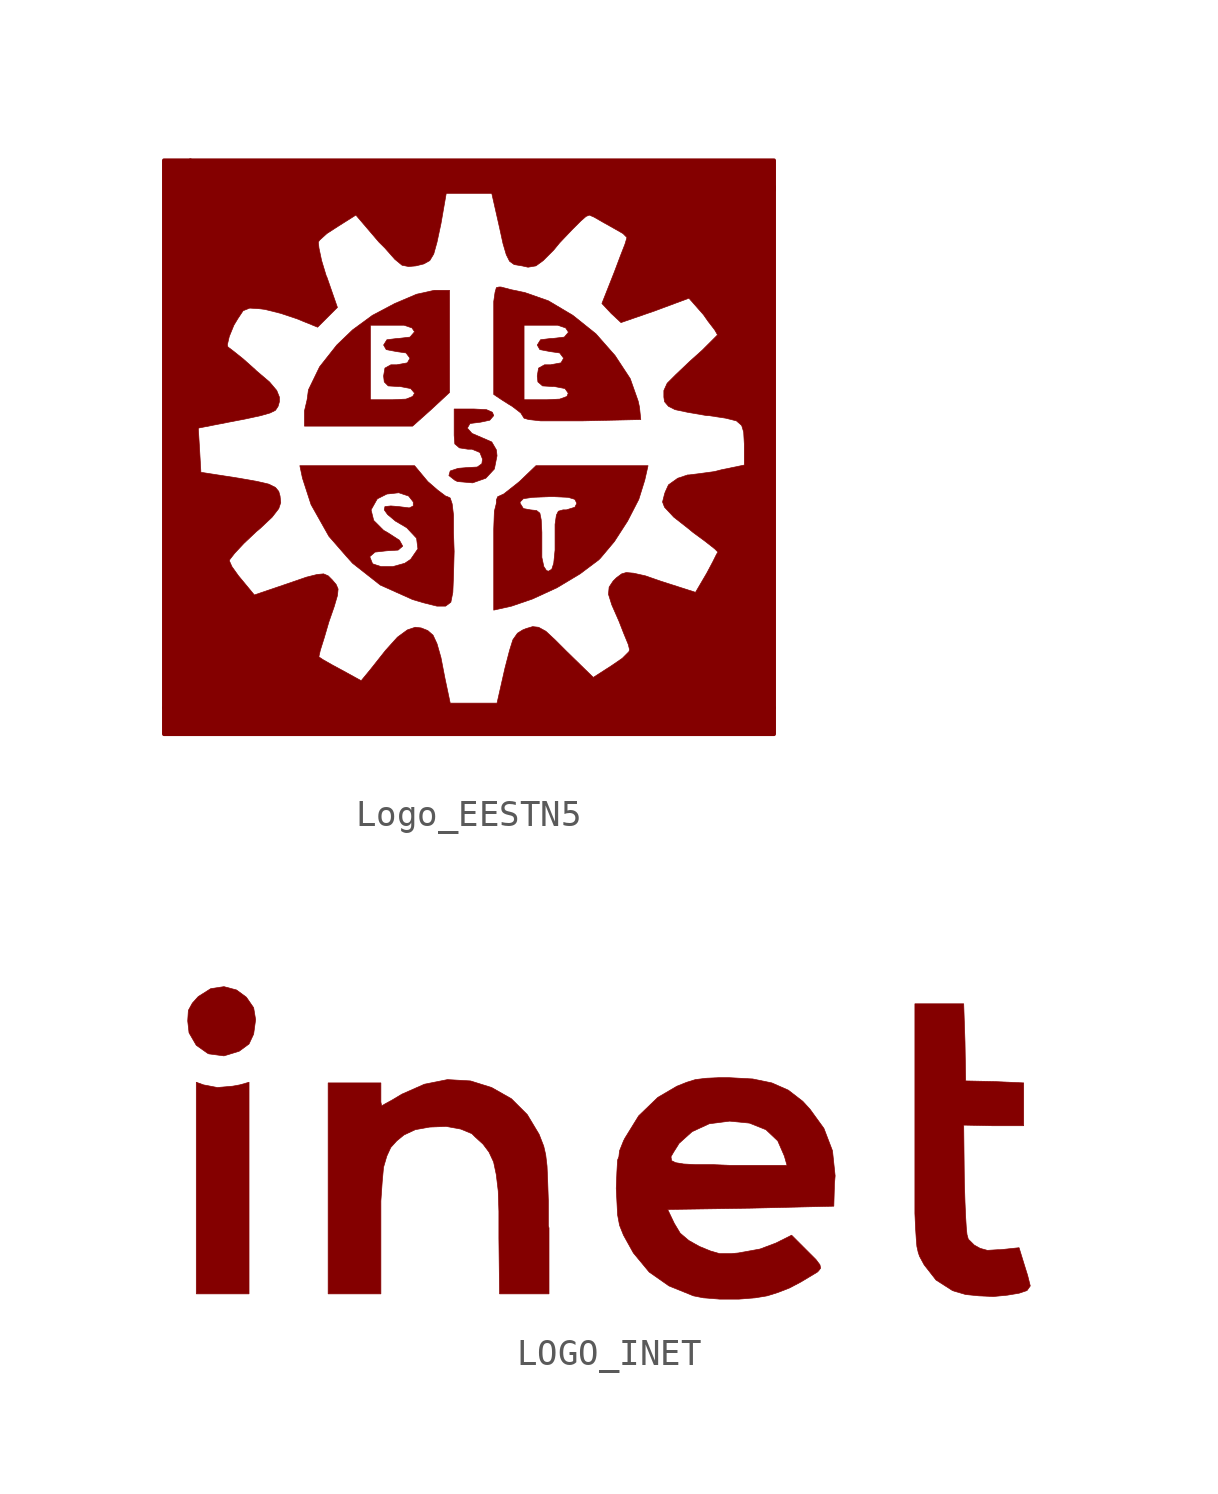
<source format=kicad_sym>
(kicad_symbol_lib
  (version 20211014)
  (generator kicad_symbol_editor)
  (symbol "Logo_EESTN5"
    (pin_names
      (offset 1.016))
    (property "Reference" "#G"
      (at 0 -9.22 0)
      (effects (font (size 1.524 1.524)) hide))
    (symbol "Logo_EESTN5_0_0"
      (polyline (pts (xy 0.711 -1.321) (xy 1.041 -0.965) (xy 1.143 -0.457) (xy 1.118 -0.229) (xy 0.94 0.076) (xy 0.533 0.254) (xy 0.178 0.406) (xy 0 0.61) (xy 0.102 0.787) (xy 0.508 0.838) (xy 0.864 0.914) (xy 1.016 1.092) (xy 0.965 1.219) (xy 0.737 1.321) (xy 0.254 1.346) (xy -0.508 1.346) (xy -0.508 0.33) (xy -0.483 0) (xy -0.305 -0.152) (xy 0.025 -0.203) (xy 0.178 -0.203) (xy 0.483 -0.33) (xy 0.584 -0.584) (xy 0.559 -0.762) (xy 0.381 -0.889) (xy -0.051 -0.914) (xy -0.356 -0.94) (xy -0.66 -1.041) (xy -0.711 -1.219) (xy -0.483 -1.397) (xy -0.381 -1.448) (xy 0.203 -1.499) (xy 0.711 -1.321)) (stroke (width 0.025) (type default) (color 0 0 0 0)) (fill (type outline)))
      (polyline (pts (xy -1.397 1.321) (xy -0.686 1.981) (xy -0.686 5.918) (xy -1.27 5.918) (xy -1.956 5.766) (xy -2.794 5.41) (xy -3.658 4.953) (xy -4.42 4.394) (xy -5.029 3.81) (xy -5.69 2.972) (xy -6.121 2.083) (xy -6.172 1.702) (xy -3.734 1.702) (xy -3.734 4.572) (xy -2.438 4.572) (xy -2.134 4.47) (xy -2.032 4.318) (xy -2.057 4.293) (xy -2.21 4.115) (xy -2.642 4.064) (xy -2.692 4.064) (xy -3.099 4.013) (xy -3.226 3.81) (xy -3.124 3.632) (xy -2.718 3.556) (xy -2.362 3.505) (xy -2.21 3.302) (xy -2.311 3.124) (xy -2.718 3.048) (xy -2.946 3.048) (xy -3.175 2.921) (xy -3.226 2.616) (xy -3.2 2.388) (xy -3.048 2.235) (xy -2.642 2.21) (xy -2.591 2.21) (xy -2.184 2.134) (xy -2.032 1.956) (xy -2.108 1.829) (xy -2.362 1.727) (xy -2.896 1.702) (xy -3.734 1.702) (xy -6.172 1.702) (xy -6.274 1.27) (xy -6.274 0.686) (xy -2.108 0.686) (xy -1.397 1.321)) (stroke (width 0.025) (type default) (color 0 0 0 0)) (fill (type outline)))
      (polyline (pts (xy 1.702 -6.248) (xy 2.515 -5.969) (xy 3.454 -5.537) (xy 4.343 -5.004) (xy 5.055 -4.47) (xy 5.131 -4.394) (xy 5.664 -3.759) (xy 6.172 -2.972) (xy 6.604 -2.134) (xy 6.833 -1.397) (xy 6.96 -0.838) (xy 2.642 -0.838) (xy 2.007 -1.448) (xy 1.753 -1.651) (xy 1.397 -1.93) (xy 1.168 -2.032) (xy 1.118 -2.159) (xy 1.118 -2.286) (xy 2.032 -2.286) (xy 2.032 -2.235) (xy 2.159 -2.108) (xy 2.515 -2.057) (xy 3.124 -2.032) (xy 3.378 -2.032) (xy 3.886 -2.057) (xy 4.14 -2.134) (xy 4.216 -2.286) (xy 4.14 -2.438) (xy 3.81 -2.54) (xy 3.683 -2.54) (xy 3.505 -2.591) (xy 3.429 -2.743) (xy 3.378 -3.099) (xy 3.378 -4.089) (xy 3.327 -4.597) (xy 3.251 -4.826) (xy 3.124 -4.902) (xy 3.048 -4.877) (xy 2.946 -4.724) (xy 2.87 -4.369) (xy 2.87 -3.404) (xy 2.845 -2.921) (xy 2.794 -2.667) (xy 2.667 -2.565) (xy 2.438 -2.54) (xy 2.159 -2.489) (xy 2.032 -2.286) (xy 1.118 -2.286) (xy 1.041 -2.591) (xy 1.016 -3.277) (xy 1.016 -6.401) (xy 1.702 -6.248)) (stroke (width 0.025) (type default) (color 0 0 0 0)) (fill (type outline)))
      (polyline (pts (xy 6.68 0.94) (xy 6.629 1.422) (xy 6.579 1.651) (xy 6.274 2.515) (xy 5.69 3.404) (xy 4.953 4.242) (xy 4.064 4.953) (xy 3.124 5.512) (xy 2.184 5.842) (xy 2.159 5.842) (xy 1.676 5.944) (xy 1.295 6.045) (xy 1.219 6.045) (xy 1.118 6.02) (xy 1.067 5.842) (xy 1.016 5.486) (xy 1.016 1.905) (xy 1.321 1.702) (xy 2.184 1.702) (xy 2.184 4.572) (xy 3.48 4.572) (xy 3.785 4.47) (xy 3.886 4.318) (xy 3.886 4.293) (xy 3.734 4.115) (xy 3.302 4.064) (xy 3.226 4.064) (xy 2.819 4.013) (xy 2.692 3.81) (xy 2.794 3.632) (xy 3.2 3.556) (xy 3.556 3.505) (xy 3.708 3.302) (xy 3.607 3.124) (xy 3.2 3.048) (xy 2.972 3.048) (xy 2.743 2.921) (xy 2.692 2.616) (xy 2.718 2.388) (xy 2.896 2.235) (xy 3.302 2.21) (xy 3.353 2.21) (xy 3.759 2.134) (xy 3.886 1.956) (xy 3.835 1.829) (xy 3.556 1.727) (xy 3.048 1.702) (xy 2.184 1.702) (xy 1.321 1.702) (xy 1.6 1.524) (xy 1.727 1.448) (xy 2.057 1.194) (xy 2.184 0.991) (xy 2.362 0.94) (xy 2.819 0.889) (xy 4.445 0.889) (xy 6.68 0.94)) (stroke (width 0.025) (type default) (color 0 0 0 0)) (fill (type outline)))
      (polyline (pts (xy -0.635 -6.096) (xy -0.559 -5.715) (xy -0.533 -5.08) (xy -0.508 -4.14) (xy -0.533 -3.429) (xy -0.533 -2.743) (xy -0.584 -2.311) (xy -0.66 -2.083) (xy -0.762 -2.032) (xy -0.838 -2.007) (xy -1.143 -1.778) (xy -1.524 -1.448) (xy -2.032 -0.838) (xy -6.452 -0.838) (xy -6.35 -1.321) (xy -6.02 -2.337) (xy -5.334 -3.556) (xy -4.648 -4.343) (xy -3.759 -4.343) (xy -3.556 -4.166) (xy -3.099 -4.115) (xy -2.667 -4.089) (xy -2.489 -3.937) (xy -2.616 -3.708) (xy -3.048 -3.429) (xy -3.226 -3.327) (xy -3.607 -2.946) (xy -3.708 -2.54) (xy -3.48 -2.134) (xy -3.454 -2.108) (xy -3.099 -1.93) (xy -2.642 -1.88) (xy -2.261 -2.007) (xy -2.083 -2.235) (xy -2.083 -2.388) (xy -2.235 -2.464) (xy -2.642 -2.413) (xy -2.946 -2.388) (xy -3.175 -2.413) (xy -3.2 -2.54) (xy -3.073 -2.718) (xy -2.769 -2.972) (xy -2.337 -3.226) (xy -1.956 -3.632) (xy -1.905 -4.039) (xy -2.184 -4.445) (xy -2.413 -4.597) (xy -2.87 -4.724) (xy -3.327 -4.724) (xy -3.632 -4.623) (xy -3.658 -4.597) (xy -3.759 -4.343) (xy -4.648 -4.343) (xy -4.42 -4.597) (xy -3.353 -5.436) (xy -2.108 -5.994) (xy -1.676 -6.121) (xy -1.168 -6.248) (xy -0.838 -6.248) (xy -0.635 -6.096)) (stroke (width 0.025) (type default) (color 0 0 0 0)) (fill (type outline)))
      (polyline (pts (xy 10.82 9.982) (xy -10.668 9.982) (xy -10.668 0.61) (xy -10.363 0.61) (xy -9.195 0.838) (xy -8.534 0.965) (xy -7.95 1.092) (xy -7.595 1.194) (xy -7.391 1.295) (xy -7.29 1.448) (xy -7.239 1.626) (xy -7.239 1.803) (xy -7.341 2.057) (xy -7.62 2.388) (xy -8.128 2.819) (xy -8.179 2.87) (xy -8.636 3.277) (xy -9.017 3.581) (xy -9.22 3.734) (xy -9.246 3.81) (xy -9.169 4.14) (xy -8.992 4.572) (xy -8.839 4.826) (xy -8.636 5.131) (xy -8.382 5.232) (xy -8.001 5.207) (xy -7.798 5.182) (xy -7.188 5.029) (xy -6.579 4.826) (xy -5.766 4.496) (xy -5.004 5.258) (xy -5.41 6.426) (xy -5.436 6.477) (xy -5.613 7.061) (xy -5.715 7.544) (xy -5.74 7.772) (xy -5.69 7.849) (xy -5.41 8.103) (xy -4.978 8.382) (xy -4.293 8.814) (xy -3.404 7.772) (xy -3.175 7.544) (xy -2.794 7.112) (xy -2.515 6.883) (xy -2.261 6.833) (xy -1.981 6.858) (xy -1.676 6.934) (xy -1.448 7.061) (xy -1.295 7.315) (xy -1.168 7.772) (xy -1.016 8.484) (xy -0.813 9.652) (xy 0.94 9.652) (xy 1.245 8.306) (xy 1.372 7.722) (xy 1.499 7.29) (xy 1.626 7.036) (xy 1.803 6.909) (xy 2.108 6.858) (xy 2.337 6.807) (xy 2.642 6.858) (xy 2.921 7.061) (xy 3.327 7.468) (xy 3.556 7.747) (xy 4.039 8.255) (xy 4.369 8.585) (xy 4.572 8.763) (xy 4.699 8.814) (xy 4.877 8.738) (xy 5.232 8.534) (xy 5.639 8.306) (xy 5.994 8.103) (xy 6.147 7.95) (xy 6.071 7.696) (xy 5.893 7.239) (xy 5.664 6.629) (xy 5.182 5.41) (xy 5.537 5.029) (xy 5.918 4.674) (xy 7.239 5.131) (xy 8.534 5.613) (xy 9.093 4.978) (xy 9.271 4.724) (xy 9.525 4.394) (xy 9.627 4.216) (xy 9.627 4.191) (xy 9.042 3.607) (xy 8.56 3.175) (xy 8.026 2.667) (xy 7.696 2.337) (xy 7.569 2.057) (xy 7.569 1.803) (xy 7.595 1.626) (xy 7.747 1.448) (xy 8.001 1.321) (xy 8.484 1.219) (xy 9.22 1.092) (xy 9.296 1.092) (xy 9.957 0.991) (xy 10.363 0.889) (xy 10.566 0.711) (xy 10.643 0.457) (xy 10.668 0) (xy 10.668 -0.813) (xy 9.804 -0.991) (xy 9.5 -1.067) (xy 8.941 -1.143) (xy 8.534 -1.194) (xy 8.484 -1.194) (xy 8.103 -1.321) (xy 7.747 -1.575) (xy 7.62 -1.854) (xy 7.595 -1.93) (xy 7.518 -2.235) (xy 7.595 -2.438) (xy 7.95 -2.819) (xy 8.534 -3.277) (xy 8.687 -3.404) (xy 9.169 -3.759) (xy 9.525 -4.039) (xy 9.652 -4.166) (xy 9.601 -4.242) (xy 9.449 -4.547) (xy 9.22 -4.978) (xy 8.788 -5.715) (xy 7.442 -5.283) (xy 6.858 -5.08) (xy 6.401 -4.978) (xy 6.121 -4.953) (xy 5.944 -5.004) (xy 5.74 -5.156) (xy 5.613 -5.283) (xy 5.461 -5.512) (xy 5.436 -5.791) (xy 5.563 -6.198) (xy 5.842 -6.833) (xy 6.02 -7.29) (xy 6.198 -7.722) (xy 6.248 -7.925) (xy 6.223 -8.001) (xy 5.969 -8.255) (xy 5.563 -8.534) (xy 4.851 -8.992) (xy 3.81 -7.976) (xy 3.378 -7.544) (xy 3.023 -7.214) (xy 2.743 -7.061) (xy 2.515 -7.036) (xy 2.261 -7.112) (xy 2.134 -7.163) (xy 1.93 -7.29) (xy 1.753 -7.544) (xy 1.626 -7.95) (xy 1.448 -8.636) (xy 1.143 -9.982) (xy -0.66 -9.982) (xy -0.864 -9.017) (xy -1.016 -8.23) (xy -1.168 -7.696) (xy -1.321 -7.366) (xy -1.524 -7.188) (xy -1.778 -7.087) (xy -2.007 -7.061) (xy -2.311 -7.163) (xy -2.692 -7.442) (xy -3.15 -7.95) (xy -3.734 -8.687) (xy -4.089 -9.119) (xy -4.877 -8.687) (xy -5.207 -8.509) (xy -5.563 -8.306) (xy -5.715 -8.204) (xy -5.715 -8.179) (xy -5.664 -7.95) (xy -5.512 -7.468) (xy -5.334 -6.858) (xy -5.131 -6.274) (xy -5.004 -5.842) (xy -4.978 -5.588) (xy -5.055 -5.41) (xy -5.207 -5.232) (xy -5.359 -5.08) (xy -5.537 -5.004) (xy -5.791 -5.029) (xy -6.198 -5.131) (xy -6.858 -5.359) (xy -8.204 -5.817) (xy -8.687 -5.232) (xy -8.814 -5.08) (xy -9.068 -4.724) (xy -9.169 -4.496) (xy -9.144 -4.445) (xy -8.966 -4.216) (xy -8.611 -3.835) (xy -8.128 -3.378) (xy -7.976 -3.251) (xy -7.518 -2.819) (xy -7.264 -2.489) (xy -7.188 -2.261) (xy -7.214 -2.007) (xy -7.264 -1.829) (xy -7.391 -1.676) (xy -7.645 -1.549) (xy -8.077 -1.448) (xy -8.788 -1.321) (xy -10.262 -1.092) (xy -10.312 -0.229) (xy -10.363 0.61) (xy -10.668 0.61) (xy -10.668 -10.16) (xy 10.82 -10.16) (xy 10.82 9.982)) (stroke (width 0.025) (type default) (color 0 0 0 0)) (fill (type outline))))
    (symbol "Logo_EESTN5_0_1"
      (rectangle (start -11.684 -10.16) (end -10.668 10.922) (stroke (width 0) (type default) (color 0 0 0 0)) (fill (type outline)))
      (rectangle (start -10.668 10.922) (end 11.811 9.779) (stroke (width 0) (type default) (color 0 0 0 0)) (fill (type outline)))
      (rectangle (start 10.795 9.906) (end 11.811 -10.16) (stroke (width 0) (type default) (color 0 0 0 0)) (fill (type outline)))
      (rectangle (start 11.811 -11.176) (end -11.684 -10.16) (stroke (width 0) (type default) (color 0 0 0 0)) (fill (type outline)))))
  (symbol "LOGO_INET"
    (pin_names
      (offset 1.016))
    (property "Reference" "#G"
      (at 0 -7.112 0)
      (effects (font (size 1.524 1.524)) hide))
    (symbol "LOGO_INET_0_0"
      (polyline (pts (xy -14.351 2.565) (xy -14.707 2.464) (xy -14.986 2.413) (xy -15.57 2.362) (xy -16.104 2.464) (xy -16.383 2.565) (xy -16.383 -5.588) (xy -14.351 -5.588) (xy -14.351 2.565)) (stroke (width 0.025) (type default) (color 0 0 0 0)) (fill (type outline)))
      (polyline (pts (xy -14.732 3.759) (xy -14.351 4.039) (xy -14.173 4.42) (xy -14.097 4.978) (xy -14.173 5.436) (xy -14.453 5.842) (xy -14.834 6.121) (xy -15.316 6.248) (xy -15.824 6.172) (xy -16.307 5.867) (xy -16.535 5.613) (xy -16.688 5.334) (xy -16.713 4.928) (xy -16.662 4.47) (xy -16.383 3.988) (xy -15.951 3.683) (xy -15.9 3.658) (xy -15.316 3.581) (xy -14.732 3.759)) (stroke (width 0.025) (type default) (color 0 0 0 0)) (fill (type outline)))
      (polyline (pts (xy 14.859 -5.639) (xy 15.316 -5.563) (xy 15.621 -5.461) (xy 15.748 -5.283) (xy 15.646 -4.877) (xy 15.519 -4.47) (xy 15.316 -3.81) (xy 14.605 -3.886) (xy 14.503 -3.886) (xy 14.097 -3.912) (xy 13.818 -3.835) (xy 13.589 -3.708) (xy 13.36 -3.48) (xy 13.31 -3.302) (xy 13.284 -3.048) (xy 13.259 -2.642) (xy 13.233 -2.057) (xy 13.208 -1.27) (xy 13.183 0.914) (xy 14.326 0.889) (xy 15.494 0.889) (xy 15.494 2.54) (xy 14.376 2.591) (xy 13.259 2.616) (xy 13.233 4.115) (xy 13.183 5.588) (xy 11.303 5.588) (xy 11.303 -2.489) (xy 11.328 -3.048) (xy 11.354 -3.454) (xy 11.379 -3.759) (xy 11.43 -3.988) (xy 11.481 -4.14) (xy 11.659 -4.47) (xy 12.116 -5.055) (xy 12.751 -5.461) (xy 12.827 -5.486) (xy 13.259 -5.613) (xy 13.767 -5.664) (xy 14.326 -5.69) (xy 14.859 -5.639)) (stroke (width 0.025) (type default) (color 0 0 0 0)) (fill (type outline)))
      (polyline (pts (xy -9.271 -2.007) (xy -9.22 -1.27) (xy -9.169 -0.711) (xy -9.042 -0.279) (xy -8.89 0.051) (xy -8.661 0.305) (xy -8.382 0.533) (xy -7.95 0.737) (xy -7.391 0.838) (xy -6.756 0.864) (xy -6.198 0.762) (xy -5.766 0.584) (xy -5.639 0.457) (xy -5.334 0.178) (xy -5.105 -0.127) (xy -4.928 -0.508) (xy -4.826 -0.991) (xy -4.75 -1.626) (xy -4.724 -2.413) (xy -4.724 -3.454) (xy -4.699 -5.588) (xy -2.794 -5.588) (xy -2.794 -3.048) (xy -2.819 -2.972) (xy -2.819 -2.007) (xy -2.845 -1.245) (xy -2.87 -0.66) (xy -2.921 -0.229) (xy -2.997 0.102) (xy -3.175 0.559) (xy -3.632 1.321) (xy -4.242 1.93) (xy -5.004 2.362) (xy -5.817 2.616) (xy -6.706 2.667) (xy -7.595 2.489) (xy -8.458 2.108) (xy -8.839 1.88) (xy -9.119 1.727) (xy -9.246 1.651) (xy -9.246 1.676) (xy -9.271 1.803) (xy -9.271 2.54) (xy -11.303 2.54) (xy -11.303 -5.588) (xy -9.271 -5.588) (xy -9.271 -2.007)) (stroke (width 0.025) (type default) (color 0 0 0 0)) (fill (type outline)))
      (polyline (pts (xy 5.156 -5.74) (xy 5.613 -5.664) (xy 6.02 -5.537) (xy 6.477 -5.359) (xy 6.909 -5.131) (xy 7.544 -4.75) (xy 7.595 -4.699) (xy 7.671 -4.597) (xy 7.645 -4.47) (xy 7.493 -4.267) (xy 6.553 -3.327) (xy 5.944 -3.632) (xy 5.334 -3.861) (xy 4.496 -4.013) (xy 4.216 -4.039) (xy 3.785 -4.039) (xy 3.429 -3.937) (xy 2.997 -3.759) (xy 2.591 -3.531) (xy 2.261 -3.251) (xy 2.032 -2.87) (xy 1.778 -2.337) (xy 4.978 -2.286) (xy 8.179 -2.21) (xy 8.204 -1.346) (xy 8.23 -1.041) (xy 8.128 -0.076) (xy 7.798 0.787) (xy 7.264 1.524) (xy 6.985 1.829) (xy 6.426 2.261) (xy 5.791 2.54) (xy 5.055 2.692) (xy 4.115 2.743) (xy 3.785 2.743) (xy 3.251 2.718) (xy 2.845 2.667) (xy 2.515 2.565) (xy 2.134 2.413) (xy 1.397 1.981) (xy 0.66 1.27) (xy 0.127 0.406) (xy 0.076 0.305) (xy -0.076 -0.076) (xy -0.102 -0.305) (xy 1.905 -0.305) (xy 2.007 -0.127) (xy 2.184 0.152) (xy 2.21 0.203) (xy 2.718 0.66) (xy 3.378 0.965) (xy 4.166 1.067) (xy 4.928 0.991) (xy 5.563 0.737) (xy 6.02 0.305) (xy 6.274 -0.279) (xy 6.375 -0.635) (xy 4.14 -0.635) (xy 3.556 -0.61) (xy 2.87 -0.61) (xy 2.388 -0.584) (xy 2.083 -0.533) (xy 1.93 -0.457) (xy 1.905 -0.305) (xy -0.102 -0.305) (xy -0.152 -0.432) (xy -0.178 -0.889) (xy -0.203 -1.524) (xy -0.152 -2.54) (xy -0.076 -2.946) (xy 0.076 -3.327) (xy 0.457 -4.013) (xy 1.067 -4.75) (xy 1.829 -5.283) (xy 2.769 -5.664) (xy 3.15 -5.74) (xy 3.785 -5.791) (xy 4.521 -5.791) (xy 5.156 -5.74)) (stroke (width 0.025) (type default) (color 0 0 0 0)) (fill (type outline))))))
</source>
